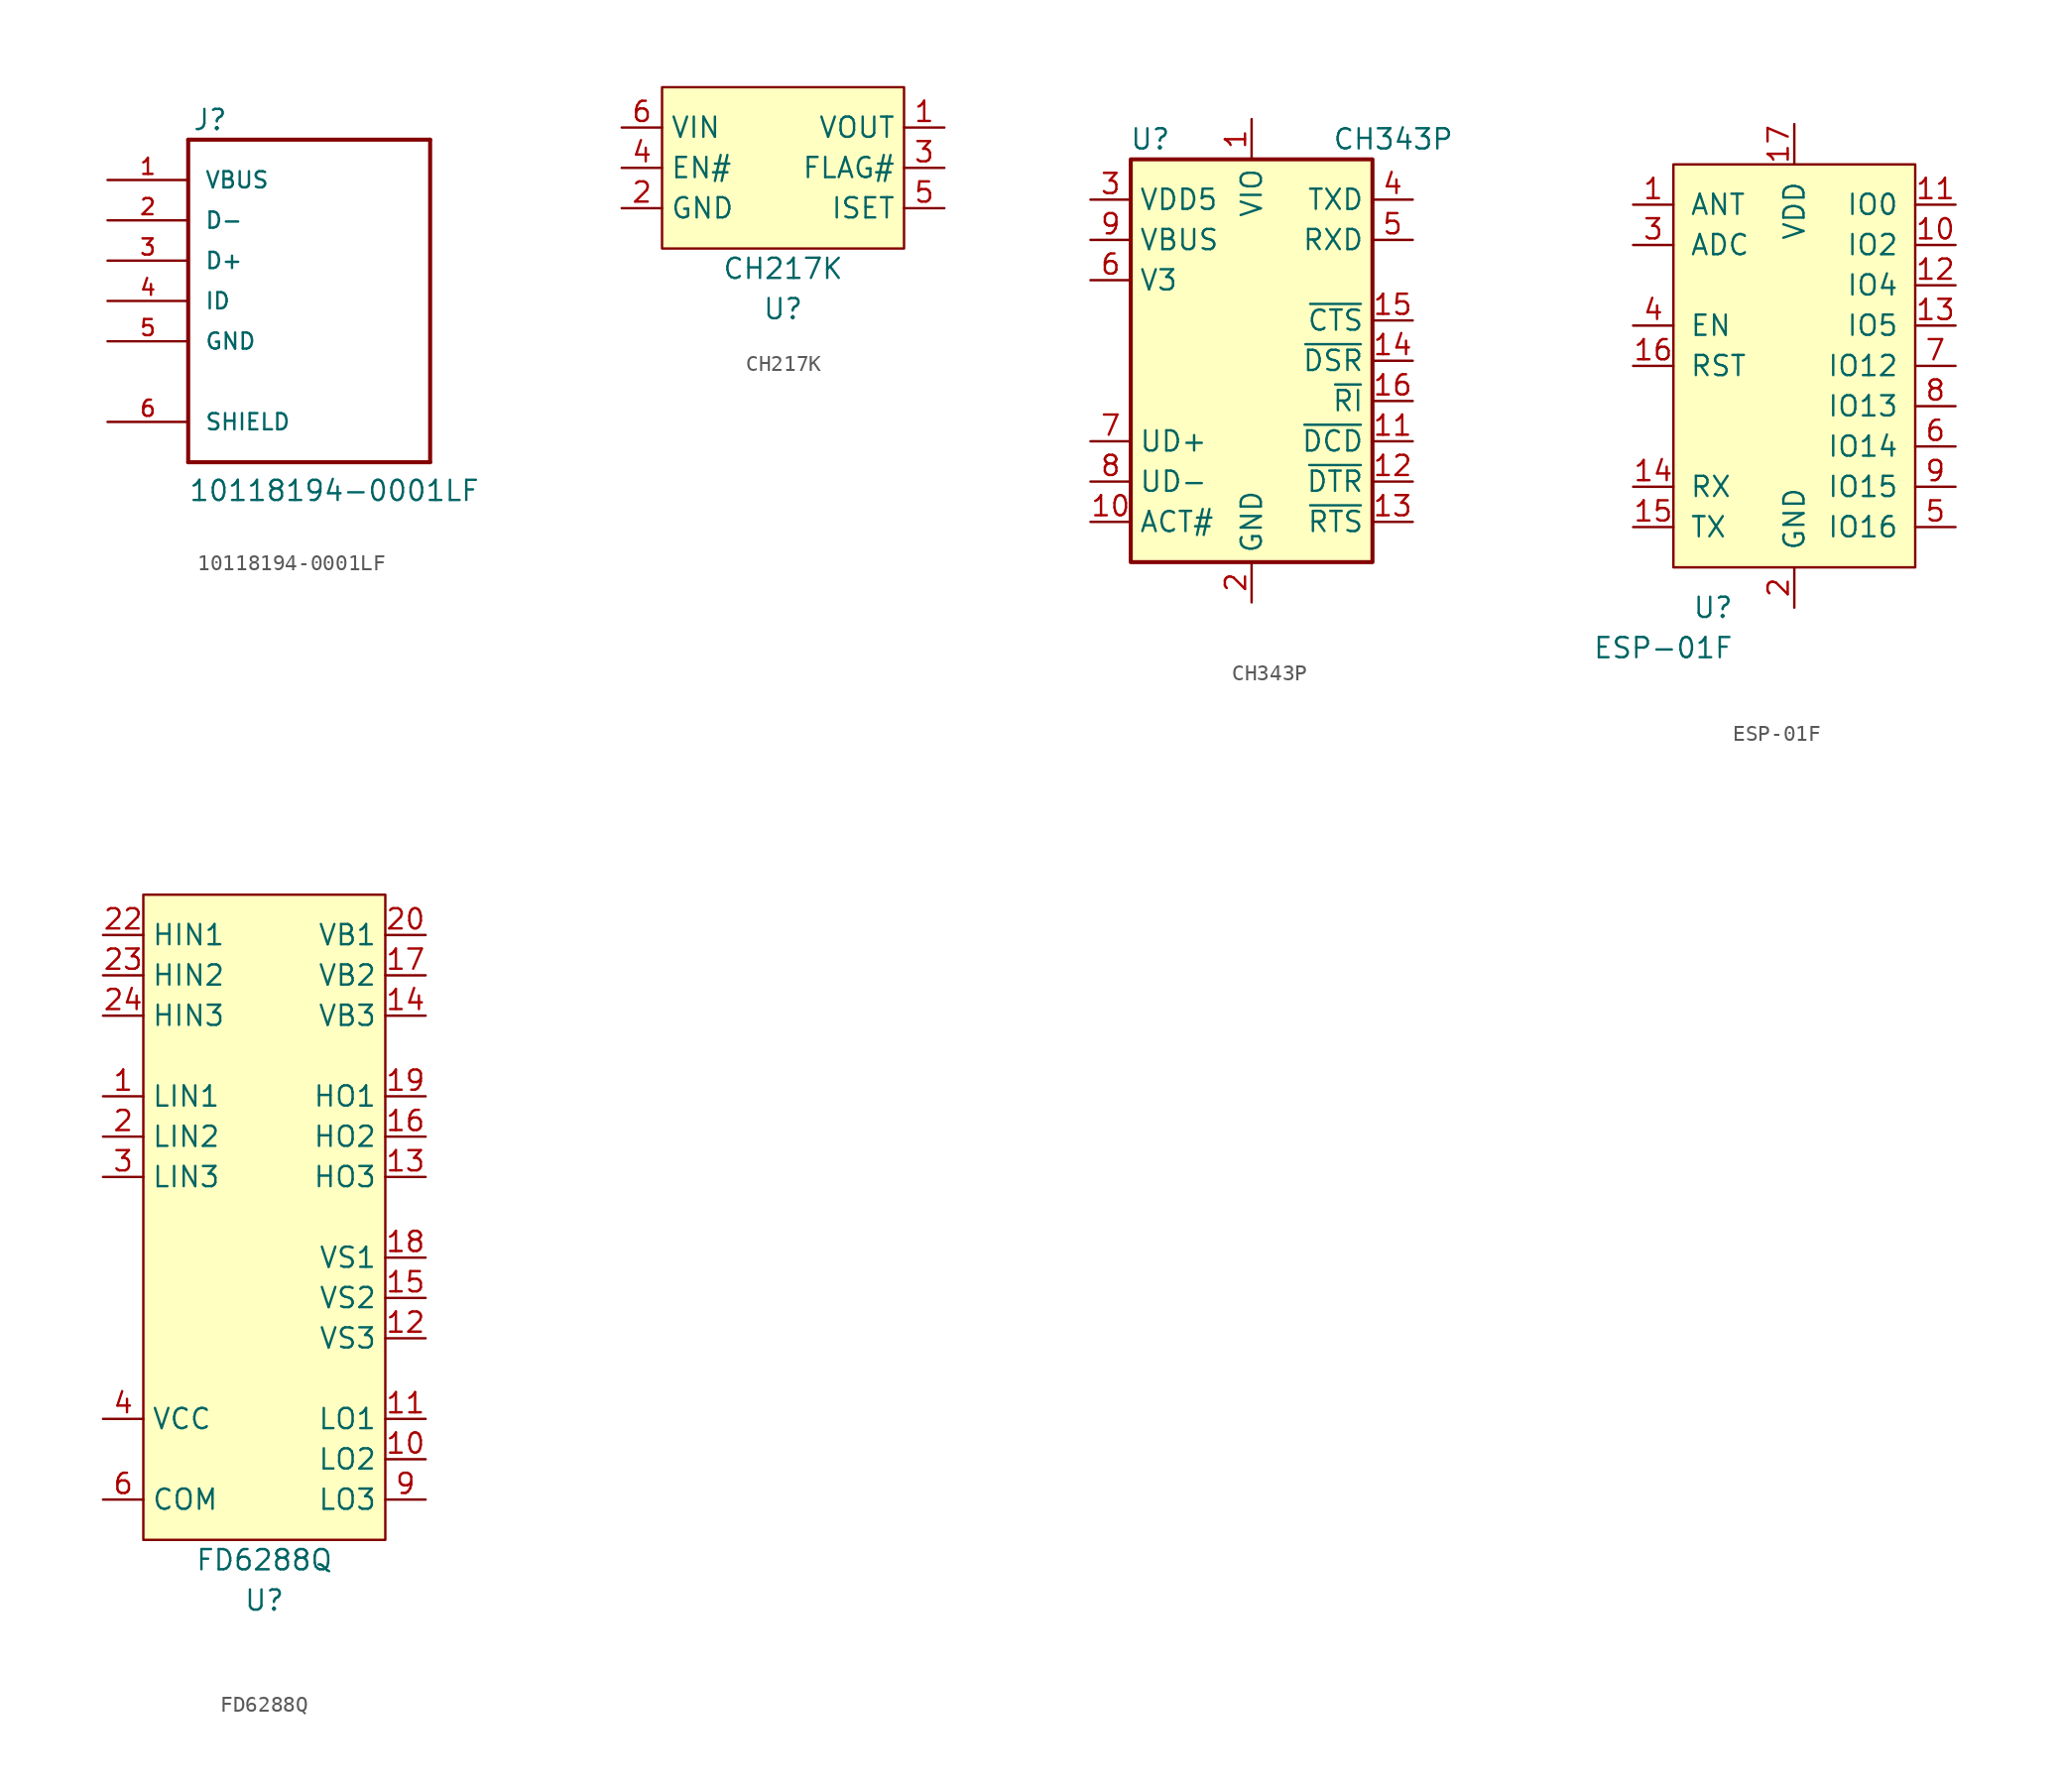
<source format=kicad_sym>
(kicad_symbol_lib
  (version 20220914)
  (generator kicad_symbol_editor)
  (symbol "10118194-0001LF"
    (pin_names
      (offset 1.016))
    (property "Reference" "J"
      (at -7.366 10.668 0)
      (effects (font (size 1.27 1.27)) (justify left bottom)))
    (property "Value" "10118194-0001LF"
      (at -7.62 -12.7 0)
      (effects (font (size 1.27 1.27)) (justify left bottom)))
    (symbol "10118194-0001LF_0_0"
      (polyline (pts (xy -7.62 -10.16) (xy 7.62 -10.16)) (stroke (width 0.254) (type default)) (fill (type none)))
      (polyline (pts (xy -7.62 10.16) (xy -7.62 -10.16)) (stroke (width 0.254) (type default)) (fill (type none)))
      (polyline (pts (xy 7.62 -10.16) (xy 7.62 10.16)) (stroke (width 0.254) (type default)) (fill (type none)))
      (polyline (pts (xy 7.62 10.16) (xy -7.62 10.16)) (stroke (width 0.254) (type default)) (fill (type none)))
      (pin power_out line (at -12.7 7.62 0) (length 5.08) (name "VBUS" (effects (font (size 1.016 1.016)))) (number "1" (effects (font (size 1.016 1.016)))))
      (pin passive line (at -12.7 5.08 0) (length 5.08) (name "D-" (effects (font (size 1.016 1.016)))) (number "2" (effects (font (size 1.016 1.016)))))
      (pin passive line (at -12.7 2.54 0) (length 5.08) (name "D+" (effects (font (size 1.016 1.016)))) (number "3" (effects (font (size 1.016 1.016)))))
      (pin passive line (at -12.7 0 0) (length 5.08) (name "ID" (effects (font (size 1.016 1.016)))) (number "4" (effects (font (size 1.016 1.016)))))
      (pin power_out line (at -12.7 -2.54 0) (length 5.08) (name "GND" (effects (font (size 1.016 1.016)))) (number "5" (effects (font (size 1.016 1.016)))))
      (pin passive line (at -12.7 -7.62 0) (length 5.08) (name "SHIELD" (effects (font (size 1.016 1.016)))) (number "6" (effects (font (size 1.016 1.016)))))))
  (symbol "CH217K"
    (property "Reference" "U"
      (at 0 -8.89 0)
      (effects (font (size 1.27 1.27))))
    (property "Value" "CH217K"
      (at 0 -6.35 0)
      (effects (font (size 1.27 1.27))))
    (symbol "CH217K_1_1"
      (rectangle (start -7.62 5.08) (end 7.62 -5.08) (stroke (width 0) (type default)) (fill (type background)))
      (pin power_out line (at 10.16 2.54 180) (length 2.54) (name "VOUT" (effects (font (size 1.27 1.27)))) (number "1" (effects (font (size 1.27 1.27)))))
      (pin power_in line (at -10.16 -2.54 0) (length 2.54) (name "GND" (effects (font (size 1.27 1.27)))) (number "2" (effects (font (size 1.27 1.27)))))
      (pin output line (at 10.16 0 180) (length 2.54) (name "FLAG#" (effects (font (size 1.27 1.27)))) (number "3" (effects (font (size 1.27 1.27)))))
      (pin input line (at -10.16 0 0) (length 2.54) (name "EN#" (effects (font (size 1.27 1.27)))) (number "4" (effects (font (size 1.27 1.27)))))
      (pin passive line (at 10.16 -2.54 180) (length 2.54) (name "ISET" (effects (font (size 1.27 1.27)))) (number "5" (effects (font (size 1.27 1.27)))))
      (pin power_in line (at -10.16 2.54 0) (length 2.54) (name "VIN" (effects (font (size 1.27 1.27)))) (number "6" (effects (font (size 1.27 1.27)))))))
  (symbol "CH343P"
    (property "Reference" "U"
      (at -5.08 13.97 0)
      (effects (font (size 1.27 1.27)) (justify right)))
    (property "Value" "CH343P"
      (at 5.08 13.97 0)
      (effects (font (size 1.27 1.27)) (justify left)))
    (symbol "CH343P_0_1"
      (rectangle (start -7.62 12.7) (end 7.62 -12.7) (stroke (width 0.254) (type default)) (fill (type background))))
    (symbol "CH343P_1_1"
      (pin power_in line (at 0 15.24 270) (length 2.54) (name "VIO" (effects (font (size 1.27 1.27)))) (number "1" (effects (font (size 1.27 1.27)))))
      (pin output line (at -10.16 -10.16 0) (length 2.54) (name "ACT#" (effects (font (size 1.27 1.27)))) (number "10" (effects (font (size 1.27 1.27)))))
      (pin input line (at 10.16 -5.08 180) (length 2.54) (name "~{DCD}" (effects (font (size 1.27 1.27)))) (number "11" (effects (font (size 1.27 1.27)))))
      (pin output line (at 10.16 -7.62 180) (length 2.54) (name "~{DTR}" (effects (font (size 1.27 1.27)))) (number "12" (effects (font (size 1.27 1.27)))))
      (pin output line (at 10.16 -10.16 180) (length 2.54) (name "~{RTS}" (effects (font (size 1.27 1.27)))) (number "13" (effects (font (size 1.27 1.27)))))
      (pin input line (at 10.16 0 180) (length 2.54) (name "~{DSR}" (effects (font (size 1.27 1.27)))) (number "14" (effects (font (size 1.27 1.27)))))
      (pin input line (at 10.16 2.54 180) (length 2.54) (name "~{CTS}" (effects (font (size 1.27 1.27)))) (number "15" (effects (font (size 1.27 1.27)))))
      (pin input line (at 10.16 -2.54 180) (length 2.54) (name "~{RI}" (effects (font (size 1.27 1.27)))) (number "16" (effects (font (size 1.27 1.27)))))
      (pin power_in line (at 0 -15.24 90) (length 2.54) hide (name "GND" (effects (font (size 1.27 1.27)))) (number "17" (effects (font (size 1.27 1.27)))))
      (pin power_in line (at 0 -15.24 90) (length 2.54) (name "GND" (effects (font (size 1.27 1.27)))) (number "2" (effects (font (size 1.27 1.27)))))
      (pin power_in line (at -10.16 10.16 0) (length 2.54) (name "VDD5" (effects (font (size 1.27 1.27)))) (number "3" (effects (font (size 1.27 1.27)))))
      (pin output line (at 10.16 10.16 180) (length 2.54) (name "TXD" (effects (font (size 1.27 1.27)))) (number "4" (effects (font (size 1.27 1.27)))))
      (pin input line (at 10.16 7.62 180) (length 2.54) (name "RXD" (effects (font (size 1.27 1.27)))) (number "5" (effects (font (size 1.27 1.27)))))
      (pin passive line (at -10.16 5.08 0) (length 2.54) (name "V3" (effects (font (size 1.27 1.27)))) (number "6" (effects (font (size 1.27 1.27)))))
      (pin bidirectional line (at -10.16 -5.08 0) (length 2.54) (name "UD+" (effects (font (size 1.27 1.27)))) (number "7" (effects (font (size 1.27 1.27)))))
      (pin bidirectional line (at -10.16 -7.62 0) (length 2.54) (name "UD-" (effects (font (size 1.27 1.27)))) (number "8" (effects (font (size 1.27 1.27)))))
      (pin input line (at -10.16 7.62 0) (length 2.54) (name "VBUS" (effects (font (size 1.27 1.27)))) (number "9" (effects (font (size 1.27 1.27)))))))
  (symbol "ESP-01F"
    (pin_names
      (offset 1.016))
    (property "Reference" "U"
      (at -3.81 -15.24 0)
      (effects (font (size 1.27 1.27)) (justify right)))
    (property "Value" "ESP-01F"
      (at -3.81 -17.78 0)
      (effects (font (size 1.27 1.27)) (justify right)))
    (symbol "ESP-01F_0_1"
      (rectangle (start -7.62 12.7) (end 7.62 -12.7) (stroke (width 0) (type default)) (fill (type background))))
    (symbol "ESP-01F_1_1"
      (pin output line (at -10.16 10.16 0) (length 2.54) (name "ANT" (effects (font (size 1.27 1.27)))) (number "1" (effects (font (size 1.27 1.27)))))
      (pin passive line (at 10.16 7.62 180) (length 2.54) (name "IO2" (effects (font (size 1.27 1.27)))) (number "10" (effects (font (size 1.27 1.27)))))
      (pin passive line (at 10.16 10.16 180) (length 2.54) (name "IO0" (effects (font (size 1.27 1.27)))) (number "11" (effects (font (size 1.27 1.27)))))
      (pin passive line (at 10.16 5.08 180) (length 2.54) (name "IO4" (effects (font (size 1.27 1.27)))) (number "12" (effects (font (size 1.27 1.27)))))
      (pin passive line (at 10.16 2.54 180) (length 2.54) (name "IO5" (effects (font (size 1.27 1.27)))) (number "13" (effects (font (size 1.27 1.27)))))
      (pin input line (at -10.16 -7.62 0) (length 2.54) (name "RX" (effects (font (size 1.27 1.27)))) (number "14" (effects (font (size 1.27 1.27)))))
      (pin output line (at -10.16 -10.16 0) (length 2.54) (name "TX" (effects (font (size 1.27 1.27)))) (number "15" (effects (font (size 1.27 1.27)))))
      (pin input line (at -10.16 0 0) (length 2.54) (name "RST" (effects (font (size 1.27 1.27)))) (number "16" (effects (font (size 1.27 1.27)))))
      (pin power_in line (at 0 15.24 270) (length 2.54) (name "VDD" (effects (font (size 1.27 1.27)))) (number "17" (effects (font (size 1.27 1.27)))))
      (pin power_in line (at 0 -15.24 90) (length 2.54) hide (name "GND" (effects (font (size 1.27 1.27)))) (number "18" (effects (font (size 1.27 1.27)))))
      (pin power_in line (at 0 -15.24 90) (length 2.54) (name "GND" (effects (font (size 1.27 1.27)))) (number "2" (effects (font (size 1.27 1.27)))))
      (pin input line (at -10.16 7.62 0) (length 2.54) (name "ADC" (effects (font (size 1.27 1.27)))) (number "3" (effects (font (size 1.27 1.27)))))
      (pin input line (at -10.16 2.54 0) (length 2.54) (name "EN" (effects (font (size 1.27 1.27)))) (number "4" (effects (font (size 1.27 1.27)))))
      (pin passive line (at 10.16 -10.16 180) (length 2.54) (name "IO16" (effects (font (size 1.27 1.27)))) (number "5" (effects (font (size 1.27 1.27)))))
      (pin passive line (at 10.16 -5.08 180) (length 2.54) (name "IO14" (effects (font (size 1.27 1.27)))) (number "6" (effects (font (size 1.27 1.27)))))
      (pin passive line (at 10.16 0 180) (length 2.54) (name "IO12" (effects (font (size 1.27 1.27)))) (number "7" (effects (font (size 1.27 1.27)))))
      (pin passive line (at 10.16 -2.54 180) (length 2.54) (name "IO13" (effects (font (size 1.27 1.27)))) (number "8" (effects (font (size 1.27 1.27)))))
      (pin passive line (at 10.16 -7.62 180) (length 2.54) (name "IO15" (effects (font (size 1.27 1.27)))) (number "9" (effects (font (size 1.27 1.27)))))
      (pin power_in line (at 0 -15.24 90) (length 2.54) hide (name "GND" (effects (font (size 1.27 1.27)))) (number "PAD" (effects (font (size 1.27 1.27)))))))
  (symbol "FD6288Q"
    (property "Reference" "U"
      (at 0 -24.13 0)
      (effects (font (size 1.27 1.27))))
    (property "Value" "FD6288Q"
      (at 0 -21.59 0)
      (effects (font (size 1.27 1.27))))
    (symbol "FD6288Q_0_1"
      (rectangle (start -7.62 20.32) (end 7.62 -20.32) (stroke (width 0.152) (type default)) (fill (type background))))
    (symbol "FD6288Q_1_1"
      (pin input line (at -10.16 7.62 0) (length 2.54) (name "LIN1" (effects (font (size 1.27 1.27)))) (number "1" (effects (font (size 1.27 1.27)))))
      (pin output line (at 10.16 -15.24 180) (length 2.54) (name "LO2" (effects (font (size 1.27 1.27)))) (number "10" (effects (font (size 1.27 1.27)))))
      (pin output line (at 10.16 -12.7 180) (length 2.54) (name "LO1" (effects (font (size 1.27 1.27)))) (number "11" (effects (font (size 1.27 1.27)))))
      (pin power_in line (at 10.16 -7.62 180) (length 2.54) (name "VS3" (effects (font (size 1.27 1.27)))) (number "12" (effects (font (size 1.27 1.27)))))
      (pin output line (at 10.16 2.54 180) (length 2.54) (name "HO3" (effects (font (size 1.27 1.27)))) (number "13" (effects (font (size 1.27 1.27)))))
      (pin power_in line (at 10.16 12.7 180) (length 2.54) (name "VB3" (effects (font (size 1.27 1.27)))) (number "14" (effects (font (size 1.27 1.27)))))
      (pin power_in line (at 10.16 -5.08 180) (length 2.54) (name "VS2" (effects (font (size 1.27 1.27)))) (number "15" (effects (font (size 1.27 1.27)))))
      (pin output line (at 10.16 5.08 180) (length 2.54) (name "HO2" (effects (font (size 1.27 1.27)))) (number "16" (effects (font (size 1.27 1.27)))))
      (pin power_in line (at 10.16 15.24 180) (length 2.54) (name "VB2" (effects (font (size 1.27 1.27)))) (number "17" (effects (font (size 1.27 1.27)))))
      (pin power_in line (at 10.16 -2.54 180) (length 2.54) (name "VS1" (effects (font (size 1.27 1.27)))) (number "18" (effects (font (size 1.27 1.27)))))
      (pin output line (at 10.16 7.62 180) (length 2.54) (name "HO1" (effects (font (size 1.27 1.27)))) (number "19" (effects (font (size 1.27 1.27)))))
      (pin input line (at -10.16 5.08 0) (length 2.54) (name "LIN2" (effects (font (size 1.27 1.27)))) (number "2" (effects (font (size 1.27 1.27)))))
      (pin power_in line (at 10.16 17.78 180) (length 2.54) (name "VB1" (effects (font (size 1.27 1.27)))) (number "20" (effects (font (size 1.27 1.27)))))
      (pin input line (at -10.16 17.78 0) (length 2.54) (name "HIN1" (effects (font (size 1.27 1.27)))) (number "22" (effects (font (size 1.27 1.27)))))
      (pin input line (at -10.16 15.24 0) (length 2.54) (name "HIN2" (effects (font (size 1.27 1.27)))) (number "23" (effects (font (size 1.27 1.27)))))
      (pin input line (at -10.16 12.7 0) (length 2.54) (name "HIN3" (effects (font (size 1.27 1.27)))) (number "24" (effects (font (size 1.27 1.27)))))
      (pin input line (at -10.16 2.54 0) (length 2.54) (name "LIN3" (effects (font (size 1.27 1.27)))) (number "3" (effects (font (size 1.27 1.27)))))
      (pin power_in line (at -10.16 -12.7 0) (length 2.54) (name "VCC" (effects (font (size 1.27 1.27)))) (number "4" (effects (font (size 1.27 1.27)))))
      (pin power_in line (at -10.16 -17.78 0) (length 2.54) (name "COM" (effects (font (size 1.27 1.27)))) (number "6" (effects (font (size 1.27 1.27)))))
      (pin output line (at 10.16 -17.78 180) (length 2.54) (name "LO3" (effects (font (size 1.27 1.27)))) (number "9" (effects (font (size 1.27 1.27))))))))
</source>
